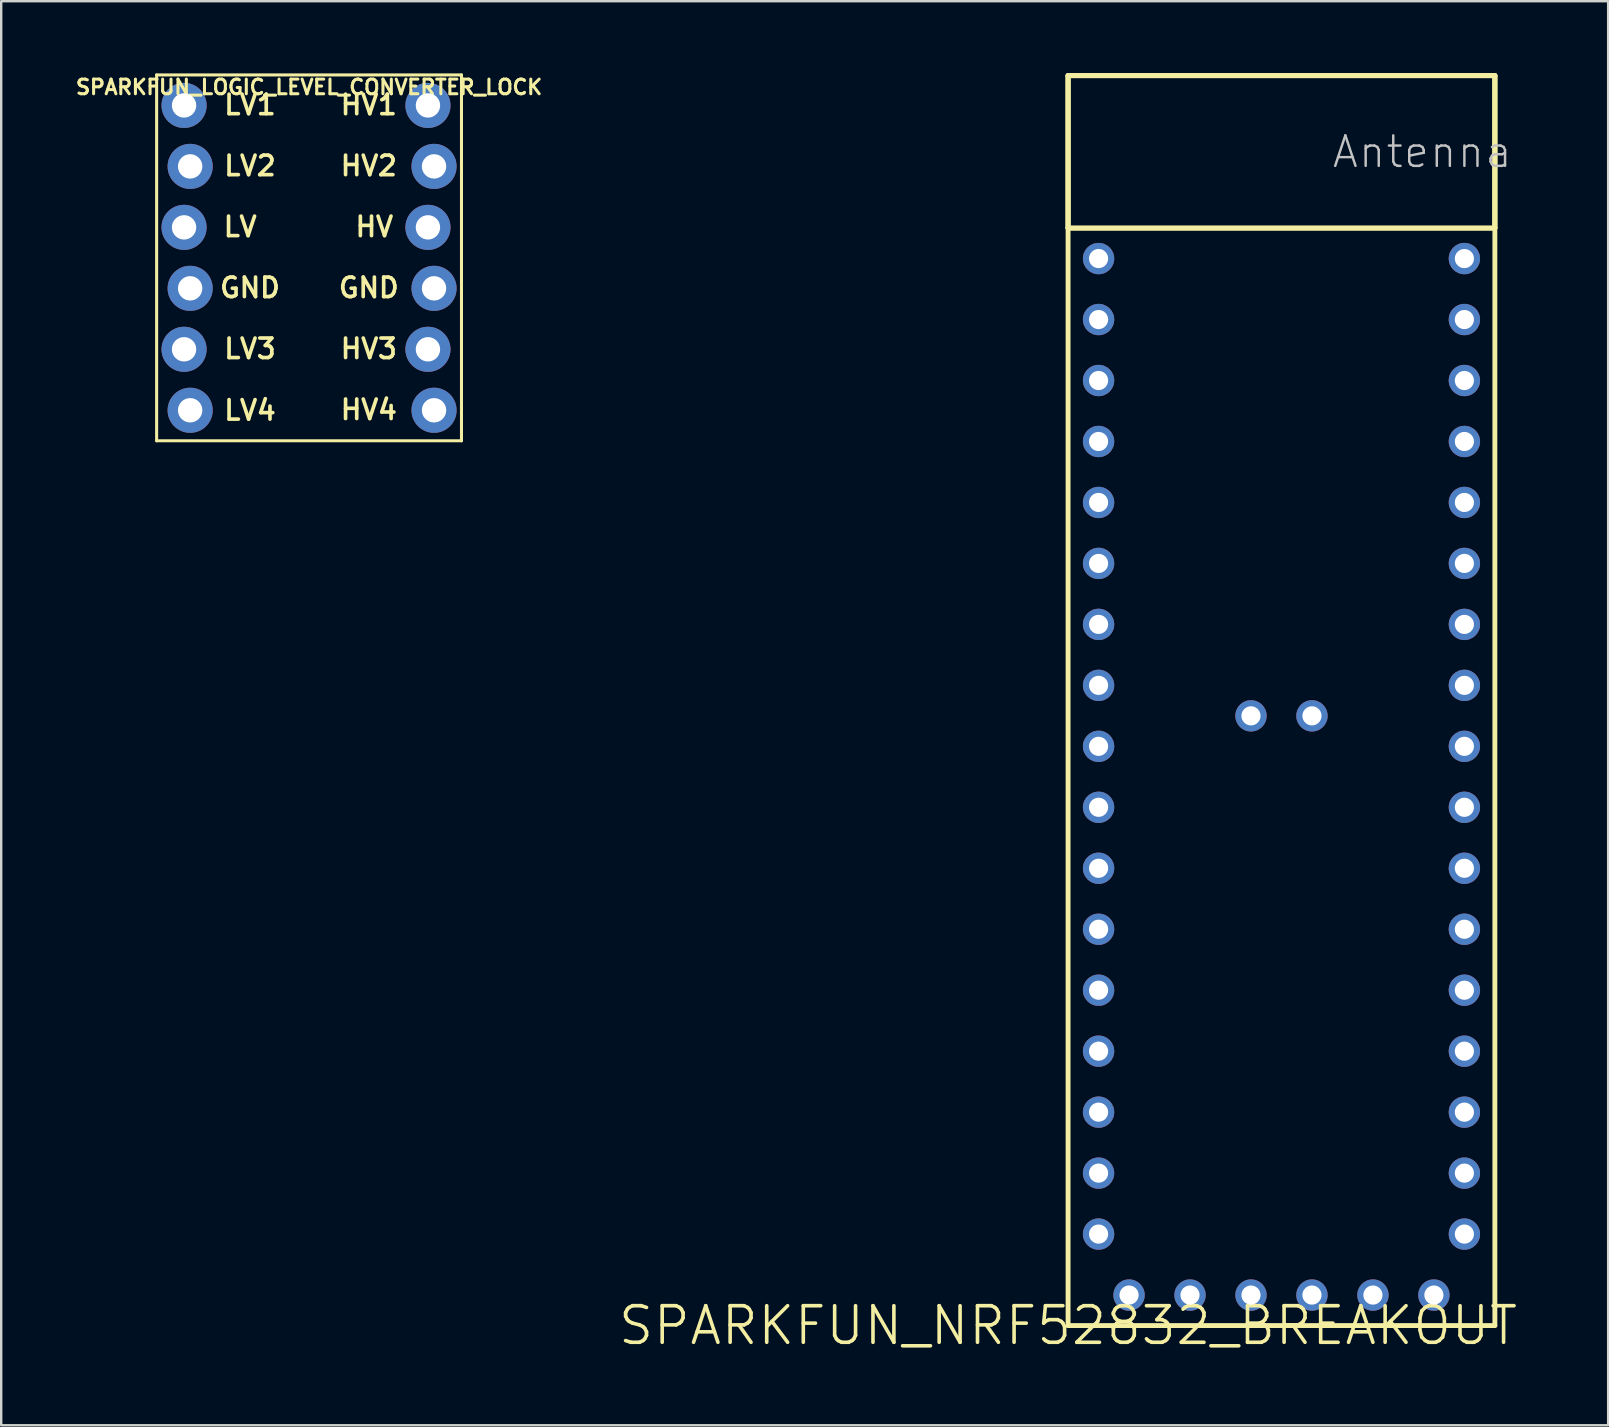
<source format=kicad_pcb>
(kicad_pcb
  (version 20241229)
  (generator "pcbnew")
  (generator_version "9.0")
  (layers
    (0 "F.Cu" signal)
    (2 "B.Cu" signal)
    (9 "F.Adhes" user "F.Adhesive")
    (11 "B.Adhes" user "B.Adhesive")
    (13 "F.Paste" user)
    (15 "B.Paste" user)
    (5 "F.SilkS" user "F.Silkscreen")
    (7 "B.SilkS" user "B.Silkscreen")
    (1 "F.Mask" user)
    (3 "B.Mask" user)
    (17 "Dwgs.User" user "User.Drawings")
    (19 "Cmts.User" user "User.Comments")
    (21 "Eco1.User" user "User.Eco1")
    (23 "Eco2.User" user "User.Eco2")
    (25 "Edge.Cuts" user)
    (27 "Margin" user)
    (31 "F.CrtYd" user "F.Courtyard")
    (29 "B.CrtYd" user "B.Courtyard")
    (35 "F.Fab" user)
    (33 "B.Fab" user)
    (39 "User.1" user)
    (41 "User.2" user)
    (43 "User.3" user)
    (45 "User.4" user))
  (footprint "SPARKFUN_NRF52832_BREAKOUT"
    (layer "F.Cu")
    (at 41.446 52.172)
    (property "Reference" "SPARKFUN_NRF52832_BREAKOUT" (at 0 0 0) (layer "F.SilkS") (effects (font (size 1.524 1.524) (thickness 0.15))))
    (attr exclude_from_pos_files exclude_from_bom)
    (fp_line (start 0 -52.07) (end 0 -45.72) (stroke (width 0.203) (type solid)) (layer "F.SilkS"))
    (fp_line (start 0 -52.07) (end 0 -45.72) (stroke (width 0.203) (type solid)) (layer "F.SilkS"))
    (fp_line (start 0 -52.07) (end 17.78 -52.07) (stroke (width 0.203) (type solid)) (layer "F.SilkS"))
    (fp_line (start 0 -45.72) (end 17.78 -45.72) (stroke (width 0.203) (type solid)) (layer "F.SilkS"))
    (fp_line (start 0 -45.72) (end 17.78 -45.72) (stroke (width 0.203) (type solid)) (layer "F.SilkS"))
    (fp_line (start 0 0) (end 0 -52.07) (stroke (width 0.203) (type solid)) (layer "F.SilkS"))
    (fp_line (start 17.78 -52.07) (end 0 -52.07) (stroke (width 0.203) (type solid)) (layer "F.SilkS"))
    (fp_line (start 17.78 -52.07) (end 0 -52.07) (stroke (width 0.203) (type solid)) (layer "F.SilkS"))
    (fp_line (start 17.78 -52.07) (end 17.78 0) (stroke (width 0.203) (type solid)) (layer "F.SilkS"))
    (fp_line (start 17.78 -45.72) (end 17.78 -52.07) (stroke (width 0.203) (type solid)) (layer "F.SilkS"))
    (fp_line (start 17.78 -45.72) (end 17.78 -52.07) (stroke (width 0.203) (type solid)) (layer "F.SilkS"))
    (fp_line (start 17.78 0) (end 0 0) (stroke (width 0.203) (type solid)) (layer "F.SilkS"))
    (fp_text user "Antenna \n" (at 15.24 -48.895 0) (layer "Dwgs.User") (effects (font (size 1.27 1.27) (thickness 0.102))))
    (pad "!RST" thru_hole circle (at 1.27 -11.43) (size 1.306 1.306) (drill 0.798) (layers "*.Cu" "*.Paste" "*.Mask"))
    (pad "00/X" thru_hole circle (at 16.51 -11.43) (size 1.306 1.306) (drill 0.798) (layers "*.Cu" "*.Paste" "*.Mask"))
    (pad "1-NF" thru_hole circle (at 7.62 -25.4) (size 1.306 1.306) (drill 0.798) (layers "*.Cu" "*.Paste" "*.Mask"))
    (pad "01/X" thru_hole circle (at 16.51 -13.97) (size 1.306 1.306) (drill 0.798) (layers "*.Cu" "*.Paste" "*.Mask"))
    (pad "2-NF" thru_hole circle (at 10.16 -25.4) (size 1.306 1.306) (drill 0.798) (layers "*.Cu" "*.Paste" "*.Mask"))
    (pad "02/A" thru_hole circle (at 16.51 -16.51) (size 1.306 1.306) (drill 0.798) (layers "*.Cu" "*.Paste" "*.Mask"))
    (pad "3.3V" thru_hole circle (at 1.27 -8.89) (size 1.306 1.306) (drill 0.798) (layers "*.Cu" "*.Paste" "*.Mask"))
    (pad "3.3V" thru_hole circle (at 16.51 -8.89) (size 1.306 1.306) (drill 0.798) (layers "*.Cu" "*.Paste" "*.Mask"))
    (pad "03/A" thru_hole circle (at 16.51 -19.05) (size 1.306 1.306) (drill 0.798) (layers "*.Cu" "*.Paste" "*.Mask"))
    (pad "04/A" thru_hole circle (at 16.51 -21.59) (size 1.306 1.306) (drill 0.798) (layers "*.Cu" "*.Paste" "*.Mask"))
    (pad "05/A" thru_hole circle (at 16.51 -24.13) (size 1.306 1.306) (drill 0.798) (layers "*.Cu" "*.Paste" "*.Mask"))
    (pad "08" thru_hole circle (at 16.51 -26.67) (size 1.306 1.306) (drill 0.798) (layers "*.Cu" "*.Paste" "*.Mask"))
    (pad "09" thru_hole circle (at 16.51 -29.21) (size 1.306 1.306) (drill 0.798) (layers "*.Cu" "*.Paste" "*.Mask"))
    (pad "10" thru_hole circle (at 16.51 -31.75) (size 1.306 1.306) (drill 0.798) (layers "*.Cu" "*.Paste" "*.Mask"))
    (pad "11" thru_hole circle (at 16.51 -34.29) (size 1.306 1.306) (drill 0.798) (layers "*.Cu" "*.Paste" "*.Mask"))
    (pad "12" thru_hole circle (at 16.51 -36.83) (size 1.306 1.306) (drill 0.798) (layers "*.Cu" "*.Paste" "*.Mask"))
    (pad "13" thru_hole circle (at 16.51 -39.37) (size 1.306 1.306) (drill 0.798) (layers "*.Cu" "*.Paste" "*.Mask"))
    (pad "14" thru_hole circle (at 16.51 -41.91) (size 1.306 1.306) (drill 0.798) (layers "*.Cu" "*.Paste" "*.Mask"))
    (pad "15" thru_hole circle (at 16.51 -44.45) (size 1.306 1.306) (drill 0.798) (layers "*.Cu" "*.Paste" "*.Mask"))
    (pad "16" thru_hole circle (at 1.27 -44.45) (size 1.306 1.306) (drill 0.798) (layers "*.Cu" "*.Paste" "*.Mask"))
    (pad "17" thru_hole circle (at 1.27 -41.91) (size 1.306 1.306) (drill 0.798) (layers "*.Cu" "*.Paste" "*.Mask"))
    (pad "18" thru_hole circle (at 1.27 -39.37) (size 1.306 1.306) (drill 0.798) (layers "*.Cu" "*.Paste" "*.Mask"))
    (pad "19" thru_hole circle (at 1.27 -36.83) (size 1.306 1.306) (drill 0.798) (layers "*.Cu" "*.Paste" "*.Mask"))
    (pad "20" thru_hole circle (at 1.27 -34.29) (size 1.306 1.306) (drill 0.798) (layers "*.Cu" "*.Paste" "*.Mask"))
    (pad "22" thru_hole circle (at 1.27 -31.75) (size 1.306 1.306) (drill 0.798) (layers "*.Cu" "*.Paste" "*.Mask"))
    (pad "23" thru_hole circle (at 1.27 -29.21) (size 1.306 1.306) (drill 0.798) (layers "*.Cu" "*.Paste" "*.Mask"))
    (pad "24" thru_hole circle (at 1.27 -26.67) (size 1.306 1.306) (drill 0.798) (layers "*.Cu" "*.Paste" "*.Mask"))
    (pad "25" thru_hole circle (at 1.27 -24.13) (size 1.306 1.306) (drill 0.798) (layers "*.Cu" "*.Paste" "*.Mask"))
    (pad "26/R" thru_hole circle (at 7.62 -1.27) (size 1.306 1.306) (drill 0.798) (layers "*.Cu" "*.Paste" "*.Mask"))
    (pad "27/T" thru_hole circle (at 5.08 -1.27) (size 1.306 1.306) (drill 0.798) (layers "*.Cu" "*.Paste" "*.Mask"))
    (pad "28/A" thru_hole circle (at 1.27 -21.59) (size 1.306 1.306) (drill 0.798) (layers "*.Cu" "*.Paste" "*.Mask"))
    (pad "29/A" thru_hole circle (at 1.27 -19.05) (size 1.306 1.306) (drill 0.798) (layers "*.Cu" "*.Paste" "*.Mask"))
    (pad "30/A" thru_hole circle (at 1.27 -16.51) (size 1.306 1.306) (drill 0.798) (layers "*.Cu" "*.Paste" "*.Mask"))
    (pad "31/A" thru_hole circle (at 1.27 -13.97) (size 1.306 1.306) (drill 0.798) (layers "*.Cu" "*.Paste" "*.Mask"))
    (pad "GND" thru_hole circle (at 1.27 -3.81) (size 1.306 1.306) (drill 0.798) (layers "*.Cu" "*.Paste" "*.Mask"))
    (pad "GND1" thru_hole circle (at 15.24 -1.27) (size 1.306 1.306) (drill 0.798) (layers "*.Cu" "*.Paste" "*.Mask"))
    (pad "GND2" thru_hole circle (at 16.51 -3.81) (size 1.306 1.306) (drill 0.798) (layers "*.Cu" "*.Paste" "*.Mask"))
    (pad "P$1" thru_hole circle (at 2.54 -1.27) (size 1.306 1.306) (drill 0.798) (layers "*.Cu" "*.Paste" "*.Mask"))
    (pad "P$5" thru_hole circle (at 12.7 -1.27) (size 1.306 1.306) (drill 0.798) (layers "*.Cu" "*.Paste" "*.Mask"))
    (pad "VCC" thru_hole circle (at 10.16 -1.27) (size 1.306 1.306) (drill 0.798) (layers "*.Cu" "*.Paste" "*.Mask"))
    (pad "VIN" thru_hole circle (at 1.27 -6.35) (size 1.306 1.306) (drill 0.798) (layers "*.Cu" "*.Paste" "*.Mask"))
    (pad "VIN1" thru_hole circle (at 16.51 -6.35) (size 1.306 1.306) (drill 0.798) (layers "*.Cu" "*.Paste" "*.Mask")))
  (footprint "SPARKFUN_LOGIC_LEVEL_CONVERTER_LOCK"
    (layer "F.Cu")
    (at 9.825 7.692)
    (property "Reference" "SPARKFUN_LOGIC_LEVEL_CONVERTER_LOCK" (at 0 -7.112 0) (layer "F.SilkS") (effects (font (size 0.61 0.61) (thickness 0.127))))
    (attr exclude_from_pos_files exclude_from_bom)
    (fp_line (start -6.35 -7.62) (end 6.35 -7.62) (stroke (width 0.127) (type solid)) (layer "F.SilkS"))
    (fp_line (start -6.35 7.62) (end -6.35 -7.62) (stroke (width 0.127) (type solid)) (layer "F.SilkS"))
    (fp_line (start 6.35 -7.62) (end 6.35 7.62) (stroke (width 0.127) (type solid)) (layer "F.SilkS"))
    (fp_line (start 6.35 7.62) (end -6.35 7.62) (stroke (width 0.127) (type solid)) (layer "F.SilkS"))
    (fp_text user "HV4" (at 2.489 6.325 0) (layer "F.SilkS") (effects (font (size 0.813 0.813) (thickness 0.152))))
    (fp_text user "GND" (at 2.489 1.245 0) (layer "F.SilkS") (effects (font (size 0.813 0.813) (thickness 0.152))))
    (fp_text user "LV4" (at -2.461 6.35 0) (layer "F.SilkS") (effects (font (size 0.813 0.813) (thickness 0.152))))
    (fp_text user "HV1" (at 2.489 -6.375 0) (layer "F.SilkS") (effects (font (size 0.813 0.813) (thickness 0.152))))
    (fp_text user "LV" (at -2.87 -1.295 0) (layer "F.SilkS") (effects (font (size 0.813 0.813) (thickness 0.152))))
    (fp_text user "HV2" (at 2.489 -3.835 0) (layer "F.SilkS") (effects (font (size 0.813 0.813) (thickness 0.152))))
    (fp_text user "HV3" (at 2.489 3.785 0) (layer "F.SilkS") (effects (font (size 0.813 0.813) (thickness 0.152))))
    (fp_text user "LV3" (at -2.461 3.785 0) (layer "F.SilkS") (effects (font (size 0.813 0.813) (thickness 0.152))))
    (fp_text user "LV2" (at -2.461 -3.835 0) (layer "F.SilkS") (effects (font (size 0.813 0.813) (thickness 0.152))))
    (fp_text user "GND" (at -2.461 1.245 0) (layer "F.SilkS") (effects (font (size 0.813 0.813) (thickness 0.152))))
    (fp_text user "LV1" (at -2.461 -6.375 0) (layer "F.SilkS") (effects (font (size 0.813 0.813) (thickness 0.152))))
    (fp_text user "HV" (at 2.718 -1.295 0) (layer "F.SilkS") (effects (font (size 0.813 0.813) (thickness 0.152))))
    (pad "GND1" thru_hole circle (at -4.953 1.27) (size 1.88 1.88) (drill 1.016) (layers "*.Cu" "*.Paste" "*.Mask"))
    (pad "GND2" thru_hole circle (at 5.207 1.27) (size 1.88 1.88) (drill 1.016) (layers "*.Cu" "*.Paste" "*.Mask"))
    (pad "HV" thru_hole circle (at 4.953 -1.27) (size 1.88 1.88) (drill 1.016) (layers "*.Cu" "*.Paste" "*.Mask"))
    (pad "HV1" thru_hole circle (at 4.953 -6.35) (size 1.88 1.88) (drill 1.016) (layers "*.Cu" "*.Paste" "*.Mask"))
    (pad "HV2" thru_hole circle (at 5.207 -3.81) (size 1.88 1.88) (drill 1.016) (layers "*.Cu" "*.Paste" "*.Mask"))
    (pad "HV3" thru_hole circle (at 4.953 3.81) (size 1.88 1.88) (drill 1.016) (layers "*.Cu" "*.Paste" "*.Mask"))
    (pad "HV4" thru_hole circle (at 5.207 6.35) (size 1.88 1.88) (drill 1.016) (layers "*.Cu" "*.Paste" "*.Mask"))
    (pad "LV" thru_hole circle (at -5.207 -1.27) (size 1.88 1.88) (drill 1.016) (layers "*.Cu" "*.Paste" "*.Mask"))
    (pad "LV1" thru_hole circle (at -5.207 -6.35) (size 1.88 1.88) (drill 1.016) (layers "*.Cu" "*.Paste" "*.Mask"))
    (pad "LV2" thru_hole circle (at -4.953 -3.81) (size 1.88 1.88) (drill 1.016) (layers "*.Cu" "*.Paste" "*.Mask"))
    (pad "LV3" thru_hole circle (at -5.207 3.81) (size 1.88 1.88) (drill 1.016) (layers "*.Cu" "*.Paste" "*.Mask"))
    (pad "LV4" thru_hole circle (at -4.953 6.35) (size 1.88 1.88) (drill 1.016) (layers "*.Cu" "*.Paste" "*.Mask")))
  (gr_rect
    (start -3 -3)
    (end 63.945 56.326)
    (stroke (width 0.1) (type default))
    (fill no)
    (layer "Edge.Cuts")))
</source>
